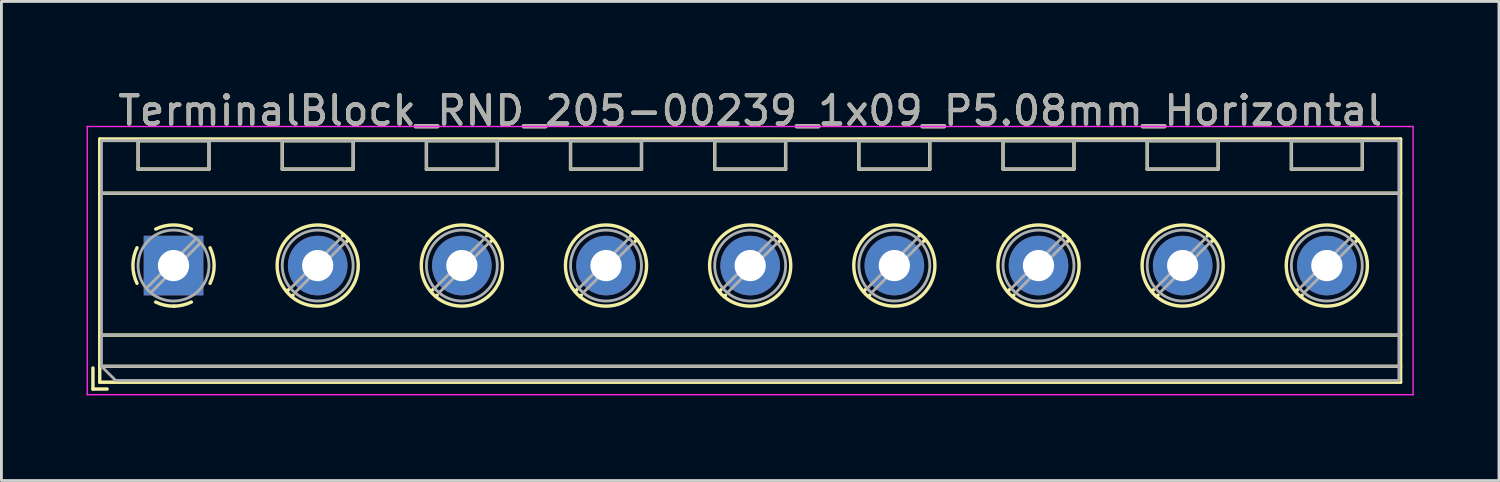
<source format=kicad_pcb>
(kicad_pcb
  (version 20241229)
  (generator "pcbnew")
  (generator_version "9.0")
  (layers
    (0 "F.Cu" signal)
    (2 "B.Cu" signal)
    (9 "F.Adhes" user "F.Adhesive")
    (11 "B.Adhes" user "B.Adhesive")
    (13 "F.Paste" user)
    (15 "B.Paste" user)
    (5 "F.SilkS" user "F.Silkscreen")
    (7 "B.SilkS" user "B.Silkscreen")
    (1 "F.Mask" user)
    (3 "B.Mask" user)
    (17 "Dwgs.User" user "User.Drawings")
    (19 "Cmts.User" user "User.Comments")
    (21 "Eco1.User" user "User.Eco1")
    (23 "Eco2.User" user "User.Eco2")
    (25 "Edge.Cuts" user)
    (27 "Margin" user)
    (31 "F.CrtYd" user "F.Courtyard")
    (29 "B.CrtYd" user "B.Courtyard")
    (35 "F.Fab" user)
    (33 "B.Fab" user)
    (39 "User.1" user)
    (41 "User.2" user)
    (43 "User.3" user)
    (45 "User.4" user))
  (footprint "TerminalBlock_RND_205-00239_1x09_P5.08mm_Horizontal"
    (layer "F.Cu")
    (at 3.065 6.308)
    (property "Reference" "TerminalBlock_RND_205-00239_1x09_P5.08mm_Horizontal" (at 20.32 -5.46 0) (layer "F.SilkS") (effects (font (size 1 1) (thickness 0.15))))
    (attr through_hole)
    (fp_line (start -2.84 3.61) (end -2.84 4.35) (stroke (width 0.12) (type solid)) (layer "F.SilkS"))
    (fp_line (start -2.84 4.35) (end -2.34 4.35) (stroke (width 0.12) (type solid)) (layer "F.SilkS"))
    (fp_line (start -2.6 -4.46) (end -2.6 4.11) (stroke (width 0.12) (type solid)) (layer "F.SilkS"))
    (fp_line (start -2.6 -4.46) (end 43.24 -4.46) (stroke (width 0.12) (type solid)) (layer "F.SilkS"))
    (fp_line (start -2.6 -2.55) (end 43.24 -2.55) (stroke (width 0.12) (type solid)) (layer "F.SilkS"))
    (fp_line (start -2.6 2.45) (end 43.24 2.45) (stroke (width 0.12) (type solid)) (layer "F.SilkS"))
    (fp_line (start -2.6 3.55) (end 43.24 3.55) (stroke (width 0.12) (type solid)) (layer "F.SilkS"))
    (fp_line (start -2.6 4.11) (end 43.24 4.11) (stroke (width 0.12) (type solid)) (layer "F.SilkS"))
    (fp_line (start -1.25 -4.4) (end -1.25 -3.4) (stroke (width 0.12) (type solid)) (layer "F.SilkS"))
    (fp_line (start -1.25 -4.4) (end 1.25 -4.4) (stroke (width 0.12) (type solid)) (layer "F.SilkS"))
    (fp_line (start -1.25 -3.4) (end 1.25 -3.4) (stroke (width 0.12) (type solid)) (layer "F.SilkS"))
    (fp_line (start 1.25 -4.4) (end 1.25 -3.4) (stroke (width 0.12) (type solid)) (layer "F.SilkS"))
    (fp_line (start 3.83 -4.4) (end 3.83 -3.4) (stroke (width 0.12) (type solid)) (layer "F.SilkS"))
    (fp_line (start 3.83 -4.4) (end 6.33 -4.4) (stroke (width 0.12) (type solid)) (layer "F.SilkS"))
    (fp_line (start 3.83 -3.4) (end 6.33 -3.4) (stroke (width 0.12) (type solid)) (layer "F.SilkS"))
    (fp_line (start 4.056 0.85) (end 3.996 0.91) (stroke (width 0.12) (type solid)) (layer "F.SilkS"))
    (fp_line (start 4.21 1.045) (end 4.17 1.085) (stroke (width 0.12) (type solid)) (layer "F.SilkS"))
    (fp_line (start 5.991 -1.085) (end 5.951 -1.045) (stroke (width 0.12) (type solid)) (layer "F.SilkS"))
    (fp_line (start 6.165 -0.91) (end 6.105 -0.851) (stroke (width 0.12) (type solid)) (layer "F.SilkS"))
    (fp_line (start 6.33 -4.4) (end 6.33 -3.4) (stroke (width 0.12) (type solid)) (layer "F.SilkS"))
    (fp_line (start 8.91 -4.4) (end 8.91 -3.4) (stroke (width 0.12) (type solid)) (layer "F.SilkS"))
    (fp_line (start 8.91 -4.4) (end 11.41 -4.4) (stroke (width 0.12) (type solid)) (layer "F.SilkS"))
    (fp_line (start 8.91 -3.4) (end 11.41 -3.4) (stroke (width 0.12) (type solid)) (layer "F.SilkS"))
    (fp_line (start 9.136 0.85) (end 9.076 0.91) (stroke (width 0.12) (type solid)) (layer "F.SilkS"))
    (fp_line (start 9.29 1.045) (end 9.25 1.085) (stroke (width 0.12) (type solid)) (layer "F.SilkS"))
    (fp_line (start 11.071 -1.085) (end 11.031 -1.045) (stroke (width 0.12) (type solid)) (layer "F.SilkS"))
    (fp_line (start 11.245 -0.91) (end 11.185 -0.851) (stroke (width 0.12) (type solid)) (layer "F.SilkS"))
    (fp_line (start 11.41 -4.4) (end 11.41 -3.4) (stroke (width 0.12) (type solid)) (layer "F.SilkS"))
    (fp_line (start 13.99 -4.4) (end 13.99 -3.4) (stroke (width 0.12) (type solid)) (layer "F.SilkS"))
    (fp_line (start 13.99 -4.4) (end 16.49 -4.4) (stroke (width 0.12) (type solid)) (layer "F.SilkS"))
    (fp_line (start 13.99 -3.4) (end 16.49 -3.4) (stroke (width 0.12) (type solid)) (layer "F.SilkS"))
    (fp_line (start 14.216 0.85) (end 14.156 0.91) (stroke (width 0.12) (type solid)) (layer "F.SilkS"))
    (fp_line (start 14.37 1.045) (end 14.33 1.085) (stroke (width 0.12) (type solid)) (layer "F.SilkS"))
    (fp_line (start 16.151 -1.085) (end 16.111 -1.045) (stroke (width 0.12) (type solid)) (layer "F.SilkS"))
    (fp_line (start 16.325 -0.91) (end 16.265 -0.851) (stroke (width 0.12) (type solid)) (layer "F.SilkS"))
    (fp_line (start 16.49 -4.4) (end 16.49 -3.4) (stroke (width 0.12) (type solid)) (layer "F.SilkS"))
    (fp_line (start 19.07 -4.4) (end 19.07 -3.4) (stroke (width 0.12) (type solid)) (layer "F.SilkS"))
    (fp_line (start 19.07 -4.4) (end 21.57 -4.4) (stroke (width 0.12) (type solid)) (layer "F.SilkS"))
    (fp_line (start 19.07 -3.4) (end 21.57 -3.4) (stroke (width 0.12) (type solid)) (layer "F.SilkS"))
    (fp_line (start 19.296 0.85) (end 19.236 0.91) (stroke (width 0.12) (type solid)) (layer "F.SilkS"))
    (fp_line (start 19.45 1.045) (end 19.41 1.085) (stroke (width 0.12) (type solid)) (layer "F.SilkS"))
    (fp_line (start 21.231 -1.085) (end 21.191 -1.045) (stroke (width 0.12) (type solid)) (layer "F.SilkS"))
    (fp_line (start 21.405 -0.91) (end 21.345 -0.851) (stroke (width 0.12) (type solid)) (layer "F.SilkS"))
    (fp_line (start 21.57 -4.4) (end 21.57 -3.4) (stroke (width 0.12) (type solid)) (layer "F.SilkS"))
    (fp_line (start 24.15 -4.4) (end 24.15 -3.4) (stroke (width 0.12) (type solid)) (layer "F.SilkS"))
    (fp_line (start 24.15 -4.4) (end 26.65 -4.4) (stroke (width 0.12) (type solid)) (layer "F.SilkS"))
    (fp_line (start 24.15 -3.4) (end 26.65 -3.4) (stroke (width 0.12) (type solid)) (layer "F.SilkS"))
    (fp_line (start 24.376 0.85) (end 24.316 0.91) (stroke (width 0.12) (type solid)) (layer "F.SilkS"))
    (fp_line (start 24.53 1.045) (end 24.49 1.085) (stroke (width 0.12) (type solid)) (layer "F.SilkS"))
    (fp_line (start 26.311 -1.085) (end 26.271 -1.045) (stroke (width 0.12) (type solid)) (layer "F.SilkS"))
    (fp_line (start 26.485 -0.91) (end 26.425 -0.851) (stroke (width 0.12) (type solid)) (layer "F.SilkS"))
    (fp_line (start 26.65 -4.4) (end 26.65 -3.4) (stroke (width 0.12) (type solid)) (layer "F.SilkS"))
    (fp_line (start 29.23 -4.4) (end 29.23 -3.4) (stroke (width 0.12) (type solid)) (layer "F.SilkS"))
    (fp_line (start 29.23 -4.4) (end 31.73 -4.4) (stroke (width 0.12) (type solid)) (layer "F.SilkS"))
    (fp_line (start 29.23 -3.4) (end 31.73 -3.4) (stroke (width 0.12) (type solid)) (layer "F.SilkS"))
    (fp_line (start 29.456 0.85) (end 29.396 0.91) (stroke (width 0.12) (type solid)) (layer "F.SilkS"))
    (fp_line (start 29.61 1.045) (end 29.57 1.085) (stroke (width 0.12) (type solid)) (layer "F.SilkS"))
    (fp_line (start 31.391 -1.085) (end 31.351 -1.045) (stroke (width 0.12) (type solid)) (layer "F.SilkS"))
    (fp_line (start 31.565 -0.91) (end 31.505 -0.851) (stroke (width 0.12) (type solid)) (layer "F.SilkS"))
    (fp_line (start 31.73 -4.4) (end 31.73 -3.4) (stroke (width 0.12) (type solid)) (layer "F.SilkS"))
    (fp_line (start 34.31 -4.4) (end 34.31 -3.4) (stroke (width 0.12) (type solid)) (layer "F.SilkS"))
    (fp_line (start 34.31 -4.4) (end 36.81 -4.4) (stroke (width 0.12) (type solid)) (layer "F.SilkS"))
    (fp_line (start 34.31 -3.4) (end 36.81 -3.4) (stroke (width 0.12) (type solid)) (layer "F.SilkS"))
    (fp_line (start 34.536 0.85) (end 34.476 0.91) (stroke (width 0.12) (type solid)) (layer "F.SilkS"))
    (fp_line (start 34.69 1.045) (end 34.65 1.085) (stroke (width 0.12) (type solid)) (layer "F.SilkS"))
    (fp_line (start 36.471 -1.085) (end 36.431 -1.045) (stroke (width 0.12) (type solid)) (layer "F.SilkS"))
    (fp_line (start 36.645 -0.91) (end 36.585 -0.851) (stroke (width 0.12) (type solid)) (layer "F.SilkS"))
    (fp_line (start 36.81 -4.4) (end 36.81 -3.4) (stroke (width 0.12) (type solid)) (layer "F.SilkS"))
    (fp_line (start 39.39 -4.4) (end 39.39 -3.4) (stroke (width 0.12) (type solid)) (layer "F.SilkS"))
    (fp_line (start 39.39 -4.4) (end 41.89 -4.4) (stroke (width 0.12) (type solid)) (layer "F.SilkS"))
    (fp_line (start 39.39 -3.4) (end 41.89 -3.4) (stroke (width 0.12) (type solid)) (layer "F.SilkS"))
    (fp_line (start 39.616 0.85) (end 39.556 0.91) (stroke (width 0.12) (type solid)) (layer "F.SilkS"))
    (fp_line (start 39.77 1.045) (end 39.73 1.085) (stroke (width 0.12) (type solid)) (layer "F.SilkS"))
    (fp_line (start 41.551 -1.085) (end 41.511 -1.045) (stroke (width 0.12) (type solid)) (layer "F.SilkS"))
    (fp_line (start 41.725 -0.91) (end 41.665 -0.851) (stroke (width 0.12) (type solid)) (layer "F.SilkS"))
    (fp_line (start 41.89 -4.4) (end 41.89 -3.4) (stroke (width 0.12) (type solid)) (layer "F.SilkS"))
    (fp_line (start 43.24 -4.46) (end 43.24 4.11) (stroke (width 0.12) (type solid)) (layer "F.SilkS"))
    (fp_arc (start -1.286611 0.626746) (mid -1.431146 -0.000697) (end -1.286 -0.628) (stroke (width 0.12) (type solid)) (layer "F.SilkS"))
    (fp_arc (start -0.627362 -1.285823) (mid -0.000201 -1.430707) (end 0.627 -1.286) (stroke (width 0.12) (type solid)) (layer "F.SilkS"))
    (fp_arc (start 0.02428 1.43094) (mid -0.310437 1.397071) (end -0.628 1.286) (stroke (width 0.12) (type solid)) (layer "F.SilkS"))
    (fp_arc (start 0.626871 1.285275) (mid 0.32168 1.393349) (end 0 1.43) (stroke (width 0.12) (type solid)) (layer "F.SilkS"))
    (fp_arc (start 1.285823 -0.627362) (mid 1.430707 -0.000201) (end 1.286 0.627) (stroke (width 0.12) (type solid)) (layer "F.SilkS"))
    (fp_circle (center 5.08 0) (end 6.51 0) (stroke (width 0.12) (type solid)) (fill no) (layer "F.SilkS"))
    (fp_circle (center 10.16 0) (end 11.59 0) (stroke (width 0.12) (type solid)) (fill no) (layer "F.SilkS"))
    (fp_circle (center 15.24 0) (end 16.67 0) (stroke (width 0.12) (type solid)) (fill no) (layer "F.SilkS"))
    (fp_circle (center 20.32 0) (end 21.75 0) (stroke (width 0.12) (type solid)) (fill no) (layer "F.SilkS"))
    (fp_circle (center 25.4 0) (end 26.83 0) (stroke (width 0.12) (type solid)) (fill no) (layer "F.SilkS"))
    (fp_circle (center 30.48 0) (end 31.91 0) (stroke (width 0.12) (type solid)) (fill no) (layer "F.SilkS"))
    (fp_circle (center 35.56 0) (end 36.99 0) (stroke (width 0.12) (type solid)) (fill no) (layer "F.SilkS"))
    (fp_circle (center 40.64 0) (end 42.07 0) (stroke (width 0.12) (type solid)) (fill no) (layer "F.SilkS"))
    (fp_line (start -3.04 -4.9) (end -3.04 4.55) (stroke (width 0.05) (type solid)) (layer "F.CrtYd"))
    (fp_line (start -3.04 4.55) (end 43.68 4.55) (stroke (width 0.05) (type solid)) (layer "F.CrtYd"))
    (fp_line (start 43.68 -4.9) (end -3.04 -4.9) (stroke (width 0.05) (type solid)) (layer "F.CrtYd"))
    (fp_line (start 43.68 4.55) (end 43.68 -4.9) (stroke (width 0.05) (type solid)) (layer "F.CrtYd"))
    (fp_line (start -2.54 -4.4) (end 43.18 -4.4) (stroke (width 0.1) (type solid)) (layer "F.Fab"))
    (fp_line (start -2.54 -2.55) (end 43.18 -2.55) (stroke (width 0.1) (type solid)) (layer "F.Fab"))
    (fp_line (start -2.54 2.45) (end 43.18 2.45) (stroke (width 0.1) (type solid)) (layer "F.Fab"))
    (fp_line (start -2.54 3.55) (end -2.54 -4.4) (stroke (width 0.1) (type solid)) (layer "F.Fab"))
    (fp_line (start -2.54 3.55) (end 43.18 3.55) (stroke (width 0.1) (type solid)) (layer "F.Fab"))
    (fp_line (start -2.04 4.05) (end -2.54 3.55) (stroke (width 0.1) (type solid)) (layer "F.Fab"))
    (fp_line (start -1.25 -4.4) (end -1.25 -3.4) (stroke (width 0.1) (type solid)) (layer "F.Fab"))
    (fp_line (start -1.25 -3.4) (end 1.25 -3.4) (stroke (width 0.1) (type solid)) (layer "F.Fab"))
    (fp_line (start 0.796 -0.948) (end -0.949 0.796) (stroke (width 0.1) (type solid)) (layer "F.Fab"))
    (fp_line (start 0.949 -0.796) (end -0.796 0.948) (stroke (width 0.1) (type solid)) (layer "F.Fab"))
    (fp_line (start 1.25 -4.4) (end -1.25 -4.4) (stroke (width 0.1) (type solid)) (layer "F.Fab"))
    (fp_line (start 1.25 -3.4) (end 1.25 -4.4) (stroke (width 0.1) (type solid)) (layer "F.Fab"))
    (fp_line (start 3.83 -4.4) (end 3.83 -3.4) (stroke (width 0.1) (type solid)) (layer "F.Fab"))
    (fp_line (start 3.83 -3.4) (end 6.33 -3.4) (stroke (width 0.1) (type solid)) (layer "F.Fab"))
    (fp_line (start 5.876 -0.948) (end 4.132 0.796) (stroke (width 0.1) (type solid)) (layer "F.Fab"))
    (fp_line (start 6.029 -0.796) (end 4.285 0.948) (stroke (width 0.1) (type solid)) (layer "F.Fab"))
    (fp_line (start 6.33 -4.4) (end 3.83 -4.4) (stroke (width 0.1) (type solid)) (layer "F.Fab"))
    (fp_line (start 6.33 -3.4) (end 6.33 -4.4) (stroke (width 0.1) (type solid)) (layer "F.Fab"))
    (fp_line (start 8.91 -4.4) (end 8.91 -3.4) (stroke (width 0.1) (type solid)) (layer "F.Fab"))
    (fp_line (start 8.91 -3.4) (end 11.41 -3.4) (stroke (width 0.1) (type solid)) (layer "F.Fab"))
    (fp_line (start 10.956 -0.948) (end 9.212 0.796) (stroke (width 0.1) (type solid)) (layer "F.Fab"))
    (fp_line (start 11.109 -0.796) (end 9.365 0.948) (stroke (width 0.1) (type solid)) (layer "F.Fab"))
    (fp_line (start 11.41 -4.4) (end 8.91 -4.4) (stroke (width 0.1) (type solid)) (layer "F.Fab"))
    (fp_line (start 11.41 -3.4) (end 11.41 -4.4) (stroke (width 0.1) (type solid)) (layer "F.Fab"))
    (fp_line (start 13.99 -4.4) (end 13.99 -3.4) (stroke (width 0.1) (type solid)) (layer "F.Fab"))
    (fp_line (start 13.99 -3.4) (end 16.49 -3.4) (stroke (width 0.1) (type solid)) (layer "F.Fab"))
    (fp_line (start 16.036 -0.948) (end 14.292 0.796) (stroke (width 0.1) (type solid)) (layer "F.Fab"))
    (fp_line (start 16.189 -0.796) (end 14.445 0.948) (stroke (width 0.1) (type solid)) (layer "F.Fab"))
    (fp_line (start 16.49 -4.4) (end 13.99 -4.4) (stroke (width 0.1) (type solid)) (layer "F.Fab"))
    (fp_line (start 16.49 -3.4) (end 16.49 -4.4) (stroke (width 0.1) (type solid)) (layer "F.Fab"))
    (fp_line (start 19.07 -4.4) (end 19.07 -3.4) (stroke (width 0.1) (type solid)) (layer "F.Fab"))
    (fp_line (start 19.07 -3.4) (end 21.57 -3.4) (stroke (width 0.1) (type solid)) (layer "F.Fab"))
    (fp_line (start 21.116 -0.948) (end 19.372 0.796) (stroke (width 0.1) (type solid)) (layer "F.Fab"))
    (fp_line (start 21.269 -0.796) (end 19.525 0.948) (stroke (width 0.1) (type solid)) (layer "F.Fab"))
    (fp_line (start 21.57 -4.4) (end 19.07 -4.4) (stroke (width 0.1) (type solid)) (layer "F.Fab"))
    (fp_line (start 21.57 -3.4) (end 21.57 -4.4) (stroke (width 0.1) (type solid)) (layer "F.Fab"))
    (fp_line (start 24.15 -4.4) (end 24.15 -3.4) (stroke (width 0.1) (type solid)) (layer "F.Fab"))
    (fp_line (start 24.15 -3.4) (end 26.65 -3.4) (stroke (width 0.1) (type solid)) (layer "F.Fab"))
    (fp_line (start 26.196 -0.948) (end 24.452 0.796) (stroke (width 0.1) (type solid)) (layer "F.Fab"))
    (fp_line (start 26.349 -0.796) (end 24.605 0.948) (stroke (width 0.1) (type solid)) (layer "F.Fab"))
    (fp_line (start 26.65 -4.4) (end 24.15 -4.4) (stroke (width 0.1) (type solid)) (layer "F.Fab"))
    (fp_line (start 26.65 -3.4) (end 26.65 -4.4) (stroke (width 0.1) (type solid)) (layer "F.Fab"))
    (fp_line (start 29.23 -4.4) (end 29.23 -3.4) (stroke (width 0.1) (type solid)) (layer "F.Fab"))
    (fp_line (start 29.23 -3.4) (end 31.73 -3.4) (stroke (width 0.1) (type solid)) (layer "F.Fab"))
    (fp_line (start 31.276 -0.948) (end 29.532 0.796) (stroke (width 0.1) (type solid)) (layer "F.Fab"))
    (fp_line (start 31.429 -0.796) (end 29.685 0.948) (stroke (width 0.1) (type solid)) (layer "F.Fab"))
    (fp_line (start 31.73 -4.4) (end 29.23 -4.4) (stroke (width 0.1) (type solid)) (layer "F.Fab"))
    (fp_line (start 31.73 -3.4) (end 31.73 -4.4) (stroke (width 0.1) (type solid)) (layer "F.Fab"))
    (fp_line (start 34.31 -4.4) (end 34.31 -3.4) (stroke (width 0.1) (type solid)) (layer "F.Fab"))
    (fp_line (start 34.31 -3.4) (end 36.81 -3.4) (stroke (width 0.1) (type solid)) (layer "F.Fab"))
    (fp_line (start 36.356 -0.948) (end 34.612 0.796) (stroke (width 0.1) (type solid)) (layer "F.Fab"))
    (fp_line (start 36.509 -0.796) (end 34.765 0.948) (stroke (width 0.1) (type solid)) (layer "F.Fab"))
    (fp_line (start 36.81 -4.4) (end 34.31 -4.4) (stroke (width 0.1) (type solid)) (layer "F.Fab"))
    (fp_line (start 36.81 -3.4) (end 36.81 -4.4) (stroke (width 0.1) (type solid)) (layer "F.Fab"))
    (fp_line (start 39.39 -4.4) (end 39.39 -3.4) (stroke (width 0.1) (type solid)) (layer "F.Fab"))
    (fp_line (start 39.39 -3.4) (end 41.89 -3.4) (stroke (width 0.1) (type solid)) (layer "F.Fab"))
    (fp_line (start 41.436 -0.948) (end 39.692 0.796) (stroke (width 0.1) (type solid)) (layer "F.Fab"))
    (fp_line (start 41.589 -0.796) (end 39.845 0.948) (stroke (width 0.1) (type solid)) (layer "F.Fab"))
    (fp_line (start 41.89 -4.4) (end 39.39 -4.4) (stroke (width 0.1) (type solid)) (layer "F.Fab"))
    (fp_line (start 41.89 -3.4) (end 41.89 -4.4) (stroke (width 0.1) (type solid)) (layer "F.Fab"))
    (fp_line (start 43.18 -4.4) (end 43.18 4.05) (stroke (width 0.1) (type solid)) (layer "F.Fab"))
    (fp_line (start 43.18 4.05) (end -2.04 4.05) (stroke (width 0.1) (type solid)) (layer "F.Fab"))
    (fp_circle (center 0 0) (end 1.25 0) (stroke (width 0.1) (type solid)) (fill no) (layer "F.Fab"))
    (fp_circle (center 5.08 0) (end 6.33 0) (stroke (width 0.1) (type solid)) (fill no) (layer "F.Fab"))
    (fp_circle (center 10.16 0) (end 11.41 0) (stroke (width 0.1) (type solid)) (fill no) (layer "F.Fab"))
    (fp_circle (center 15.24 0) (end 16.49 0) (stroke (width 0.1) (type solid)) (fill no) (layer "F.Fab"))
    (fp_circle (center 20.32 0) (end 21.57 0) (stroke (width 0.1) (type solid)) (fill no) (layer "F.Fab"))
    (fp_circle (center 25.4 0) (end 26.65 0) (stroke (width 0.1) (type solid)) (fill no) (layer "F.Fab"))
    (fp_circle (center 30.48 0) (end 31.73 0) (stroke (width 0.1) (type solid)) (fill no) (layer "F.Fab"))
    (fp_circle (center 35.56 0) (end 36.81 0) (stroke (width 0.1) (type solid)) (fill no) (layer "F.Fab"))
    (fp_circle (center 40.64 0) (end 41.89 0) (stroke (width 0.1) (type solid)) (fill no) (layer "F.Fab"))
    (fp_text user "${REFERENCE}" (at 20.32 -5.46 0) (layer "F.Fab") (effects (font (size 1 1) (thickness 0.15))))
    (pad "1" thru_hole rect (at 0 0) (size 2.1 2.1) (drill 1.1) (layers "*.Cu" "*.Mask"))
    (pad "2" thru_hole circle (at 5.08 0) (size 2.1 2.1) (drill 1.1) (layers "*.Cu" "*.Mask"))
    (pad "3" thru_hole circle (at 10.16 0) (size 2.1 2.1) (drill 1.1) (layers "*.Cu" "*.Mask"))
    (pad "4" thru_hole circle (at 15.24 0) (size 2.1 2.1) (drill 1.1) (layers "*.Cu" "*.Mask"))
    (pad "5" thru_hole circle (at 20.32 0) (size 2.1 2.1) (drill 1.1) (layers "*.Cu" "*.Mask"))
    (pad "6" thru_hole circle (at 25.4 0) (size 2.1 2.1) (drill 1.1) (layers "*.Cu" "*.Mask"))
    (pad "7" thru_hole circle (at 30.48 0) (size 2.1 2.1) (drill 1.1) (layers "*.Cu" "*.Mask"))
    (pad "8" thru_hole circle (at 35.56 0) (size 2.1 2.1) (drill 1.1) (layers "*.Cu" "*.Mask"))
    (pad "9" thru_hole circle (at 40.64 0) (size 2.1 2.1) (drill 1.1) (layers "*.Cu" "*.Mask")))
  (gr_rect
    (start -3 -3)
    (end 49.77 13.883)
    (stroke (width 0.1) (type default))
    (fill no)
    (layer "Edge.Cuts")))
</source>
